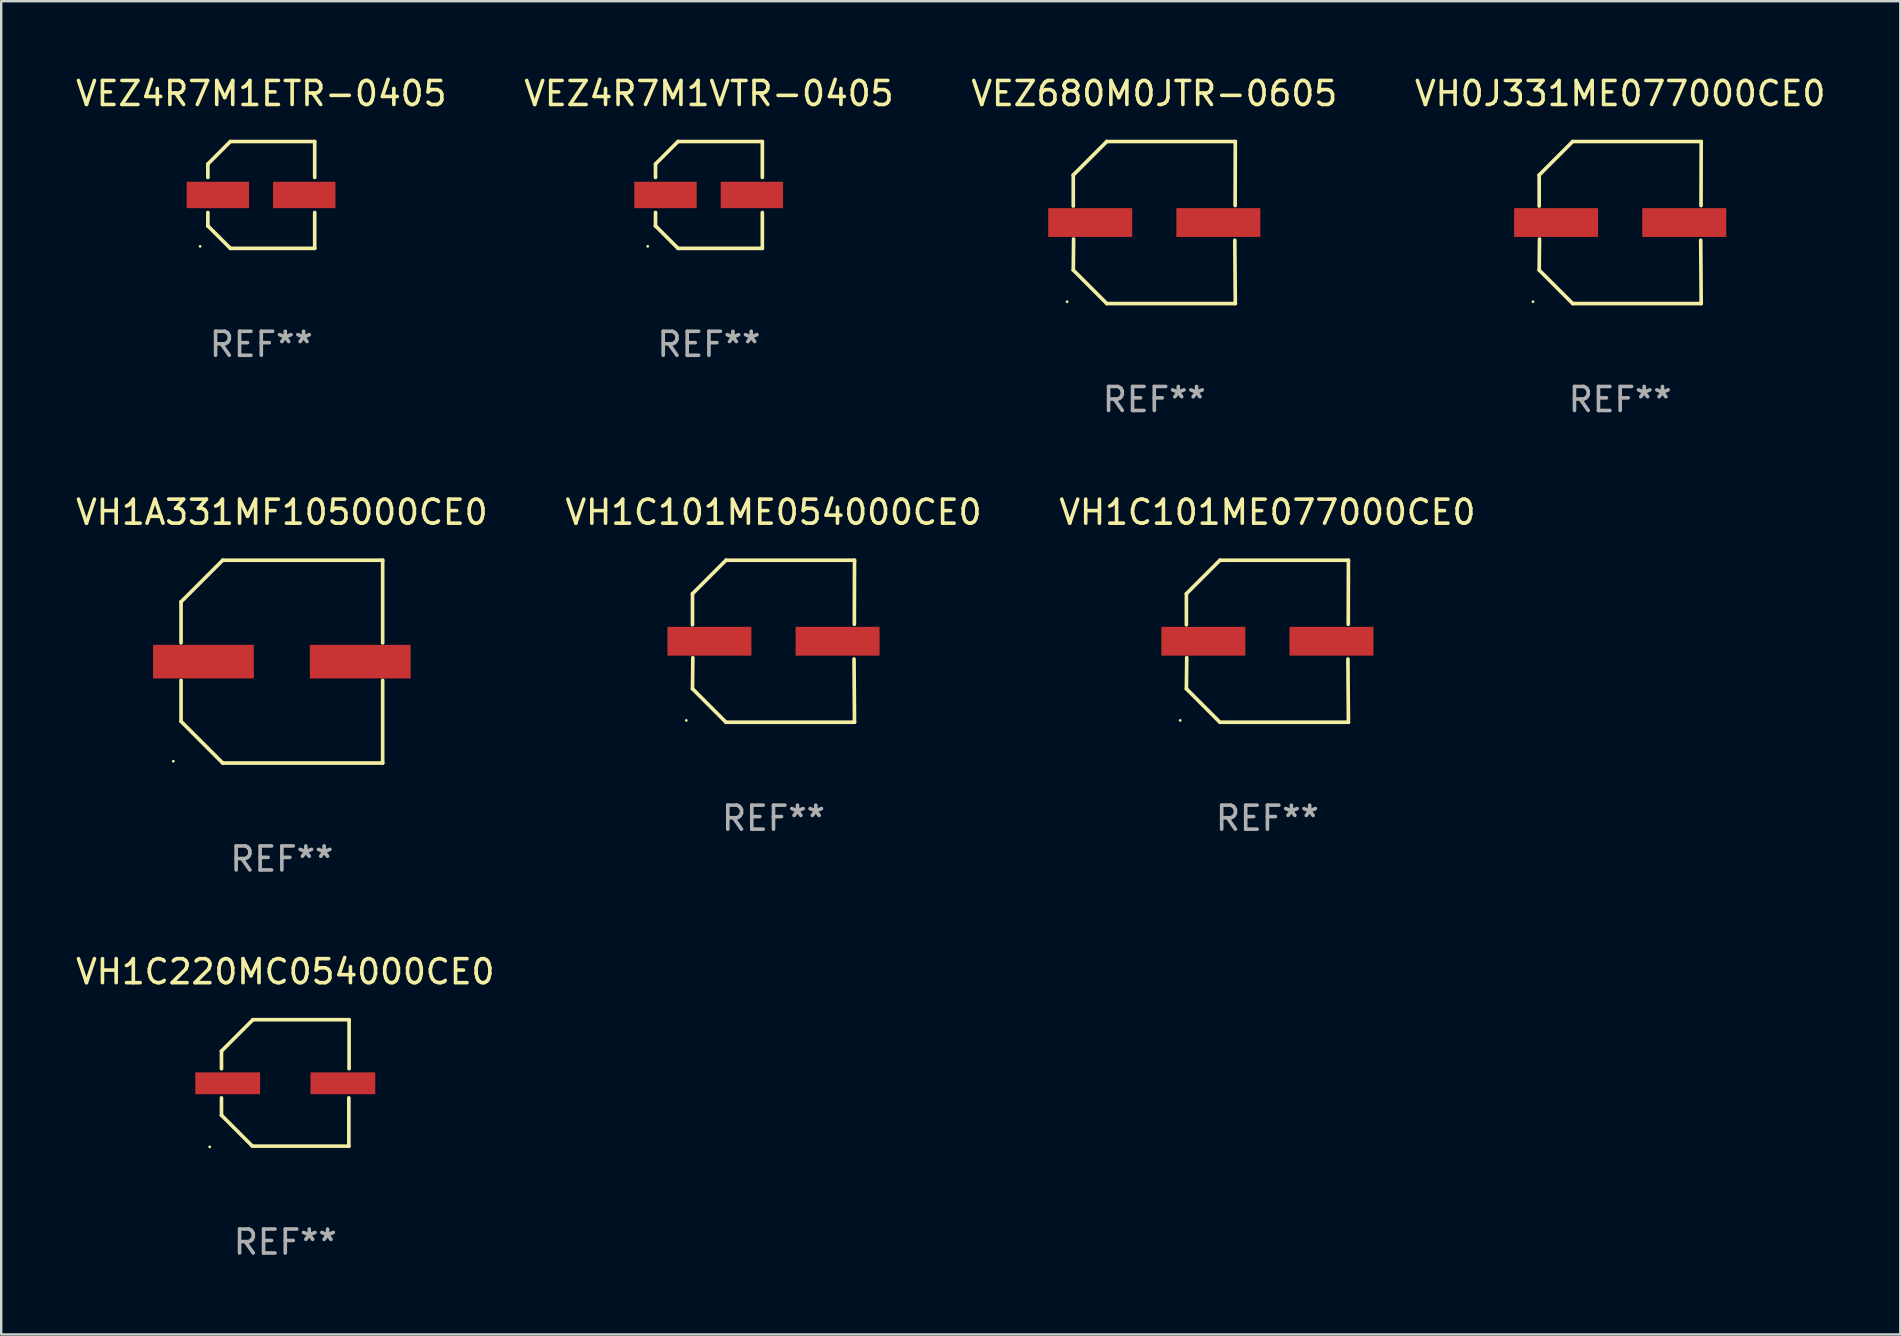
<source format=kicad_pcb>
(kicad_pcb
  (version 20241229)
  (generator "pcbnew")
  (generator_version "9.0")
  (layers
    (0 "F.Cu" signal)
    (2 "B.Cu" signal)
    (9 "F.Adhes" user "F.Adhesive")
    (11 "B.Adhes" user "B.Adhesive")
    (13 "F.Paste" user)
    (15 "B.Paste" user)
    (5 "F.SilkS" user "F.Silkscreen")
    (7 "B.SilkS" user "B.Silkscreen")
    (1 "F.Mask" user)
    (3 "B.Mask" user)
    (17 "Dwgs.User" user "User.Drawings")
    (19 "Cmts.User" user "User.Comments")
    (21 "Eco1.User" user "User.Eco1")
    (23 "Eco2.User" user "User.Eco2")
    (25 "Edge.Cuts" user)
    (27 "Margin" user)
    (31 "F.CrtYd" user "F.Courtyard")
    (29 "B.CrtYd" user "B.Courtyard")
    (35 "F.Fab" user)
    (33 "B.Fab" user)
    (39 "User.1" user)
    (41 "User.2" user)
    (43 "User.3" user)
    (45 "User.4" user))
  (footprint "VEZ4R7M1VTR-0405"
    (layer "F.Cu")
    (at 26.494 5.074)
    (property "Reference" "VEZ4R7M1VTR-0405" (at 0 -4.226 0) (layer "F.SilkS") (effects (font (size 1 1) (thickness 0.15))))
    (attr through_hole)
    (fp_line (start -2.226 -1.289) (end -2.226 -0.73) (stroke (width 0.152) (type solid)) (layer "F.SilkS"))
    (fp_line (start -2.226 0.731) (end -2.226 1.291) (stroke (width 0.152) (type solid)) (layer "F.SilkS"))
    (fp_line (start -2.226 1.291) (end -2.226 1.291) (stroke (width 0.152) (type solid)) (layer "F.SilkS"))
    (fp_line (start -1.29 -2.226) (end -2.226 -1.289) (stroke (width 0.152) (type solid)) (layer "F.SilkS"))
    (fp_line (start -1.289 2.226) (end -2.226 1.291) (stroke (width 0.152) (type solid)) (layer "F.SilkS"))
    (fp_line (start 2.226 -2.226) (end -1.29 -2.226) (stroke (width 0.152) (type solid)) (layer "F.SilkS"))
    (fp_line (start 2.226 -0.73) (end 2.226 -2.226) (stroke (width 0.152) (type solid)) (layer "F.SilkS"))
    (fp_line (start 2.226 2.226) (end -1.289 2.226) (stroke (width 0.152) (type solid)) (layer "F.SilkS"))
    (fp_line (start 2.226 2.226) (end 2.226 0.731) (stroke (width 0.152) (type solid)) (layer "F.SilkS"))
    (fp_circle (center -2.551 2.142) (end -2.521 2.142) (stroke (width 0.06) (type solid)) (fill no) (layer "F.SilkS"))
    (fp_text user "REF**" (at 0 6.226 0) (layer "F.Fab") (effects (font (size 1 1) (thickness 0.15))))
    (pad "1" smd rect (at -1.81 0.001) (size 2.6 1.1) (layers "F.Cu" "F.Mask" "F.Paste"))
    (pad "2" smd rect (at 1.79 0.001) (size 2.6 1.1) (layers "F.Cu" "F.Mask" "F.Paste")))
  (footprint "VEZ4R7M1ETR-0405"
    (layer "F.Cu")
    (at 7.839 5.074)
    (property "Reference" "VEZ4R7M1ETR-0405" (at 0 -4.226 0) (layer "F.SilkS") (effects (font (size 1 1) (thickness 0.15))))
    (attr through_hole)
    (fp_line (start -2.226 -1.289) (end -2.226 -0.73) (stroke (width 0.152) (type solid)) (layer "F.SilkS"))
    (fp_line (start -2.226 0.731) (end -2.226 1.291) (stroke (width 0.152) (type solid)) (layer "F.SilkS"))
    (fp_line (start -2.226 1.291) (end -2.226 1.291) (stroke (width 0.152) (type solid)) (layer "F.SilkS"))
    (fp_line (start -1.29 -2.226) (end -2.226 -1.289) (stroke (width 0.152) (type solid)) (layer "F.SilkS"))
    (fp_line (start -1.289 2.226) (end -2.226 1.291) (stroke (width 0.152) (type solid)) (layer "F.SilkS"))
    (fp_line (start 2.226 -2.226) (end -1.29 -2.226) (stroke (width 0.152) (type solid)) (layer "F.SilkS"))
    (fp_line (start 2.226 -0.73) (end 2.226 -2.226) (stroke (width 0.152) (type solid)) (layer "F.SilkS"))
    (fp_line (start 2.226 2.226) (end -1.289 2.226) (stroke (width 0.152) (type solid)) (layer "F.SilkS"))
    (fp_line (start 2.226 2.226) (end 2.226 0.731) (stroke (width 0.152) (type solid)) (layer "F.SilkS"))
    (fp_circle (center -2.551 2.142) (end -2.521 2.142) (stroke (width 0.06) (type solid)) (fill no) (layer "F.SilkS"))
    (fp_text user "REF**" (at 0 6.226 0) (layer "F.Fab") (effects (font (size 1 1) (thickness 0.15))))
    (pad "1" smd rect (at -1.81 0.001) (size 2.6 1.1) (layers "F.Cu" "F.Mask" "F.Paste"))
    (pad "2" smd rect (at 1.79 0.001) (size 2.6 1.1) (layers "F.Cu" "F.Mask" "F.Paste")))
  (footprint "VH1C101ME054000CE0"
    (layer "F.Cu")
    (at 29.185 23.673)
    (property "Reference" "VH1C101ME054000CE0" (at 0 -5.376 0) (layer "F.SilkS") (effects (font (size 1 1) (thickness 0.15))))
    (attr through_hole)
    (fp_line (start -3.376 -1.98) (end -3.376 -0.686) (stroke (width 0.152) (type solid)) (layer "F.SilkS"))
    (fp_line (start -3.376 1.981) (end -3.362 0.686) (stroke (width 0.152) (type solid)) (layer "F.SilkS"))
    (fp_line (start -1.981 3.376) (end -3.376 1.981) (stroke (width 0.152) (type solid)) (layer "F.SilkS"))
    (fp_line (start -1.98 -3.376) (end -3.376 -1.98) (stroke (width 0.152) (type solid)) (layer "F.SilkS"))
    (fp_line (start 3.356 0.74) (end 3.376 3.376) (stroke (width 0.152) (type solid)) (layer "F.SilkS"))
    (fp_line (start 3.369 -0.707) (end 3.376 -3.376) (stroke (width 0.152) (type solid)) (layer "F.SilkS"))
    (fp_line (start 3.376 3.376) (end -1.981 3.376) (stroke (width 0.152) (type solid)) (layer "F.SilkS"))
    (fp_line (start 3.376 -3.376) (end -1.98 -3.376) (stroke (width 0.152) (type solid)) (layer "F.SilkS"))
    (fp_circle (center -3.634 3.3) (end -3.604 3.3) (stroke (width 0.06) (type solid)) (fill no) (layer "F.SilkS"))
    (fp_text user "REF**" (at 0 7.376 0) (layer "F.Fab") (effects (font (size 1 1) (thickness 0.15))))
    (pad "1" smd rect (at -2.67 0.000254) (size 3.5 1.2) (layers "F.Cu" "F.Mask" "F.Paste"))
    (pad "2" smd rect (at 2.67 0.000254) (size 3.5 1.2) (layers "F.Cu" "F.Mask" "F.Paste")))
  (footprint "VH1C220MC054000CE0"
    (layer "F.Cu")
    (at 8.839 42.08)
    (property "Reference" "VH1C220MC054000CE0" (at 0 -4.634 0) (layer "F.SilkS") (effects (font (size 1 1) (thickness 0.15))))
    (attr through_hole)
    (fp_line (start -2.659 -1.326) (end -2.659 -0.592) (stroke (width 0.152) (type solid)) (layer "F.SilkS"))
    (fp_line (start -2.659 1.346) (end -2.659 0.622) (stroke (width 0.152) (type solid)) (layer "F.SilkS"))
    (fp_line (start -1.372 2.634) (end -2.659 1.346) (stroke (width 0.152) (type solid)) (layer "F.SilkS"))
    (fp_line (start -1.349 -2.634) (end -2.659 -1.326) (stroke (width 0.152) (type solid)) (layer "F.SilkS"))
    (fp_line (start 2.649 0.622) (end 2.649 2.634) (stroke (width 0.152) (type solid)) (layer "F.SilkS"))
    (fp_line (start 2.649 2.634) (end -1.372 2.634) (stroke (width 0.152) (type solid)) (layer "F.SilkS"))
    (fp_line (start 2.659 -2.634) (end -1.349 -2.634) (stroke (width 0.152) (type solid)) (layer "F.SilkS"))
    (fp_line (start 2.659 -0.592) (end 2.659 -2.634) (stroke (width 0.152) (type solid)) (layer "F.SilkS"))
    (fp_circle (center -3.15 2.665) (end -3.12 2.665) (stroke (width 0.06) (type solid)) (fill no) (layer "F.SilkS"))
    (fp_text user "REF**" (at 0 6.634 0) (layer "F.Fab") (effects (font (size 1 1) (thickness 0.15))))
    (pad "1" smd rect (at -2.4 0.015) (size 2.7 0.91) (layers "F.Cu" "F.Mask" "F.Paste"))
    (pad "2" smd rect (at 2.4 0.015) (size 2.7 0.91) (layers "F.Cu" "F.Mask" "F.Paste")))
  (footprint "VH1C101ME077000CE0"
    (layer "F.Cu")
    (at 49.768 23.673)
    (property "Reference" "VH1C101ME077000CE0" (at 0 -5.376 0) (layer "F.SilkS") (effects (font (size 1 1) (thickness 0.15))))
    (attr through_hole)
    (fp_line (start -3.376 -1.98) (end -3.376 -0.686) (stroke (width 0.152) (type solid)) (layer "F.SilkS"))
    (fp_line (start -3.376 1.981) (end -3.362 0.686) (stroke (width 0.152) (type solid)) (layer "F.SilkS"))
    (fp_line (start -1.981 3.376) (end -3.376 1.981) (stroke (width 0.152) (type solid)) (layer "F.SilkS"))
    (fp_line (start -1.98 -3.376) (end -3.376 -1.98) (stroke (width 0.152) (type solid)) (layer "F.SilkS"))
    (fp_line (start 3.356 0.74) (end 3.376 3.376) (stroke (width 0.152) (type solid)) (layer "F.SilkS"))
    (fp_line (start 3.369 -0.707) (end 3.376 -3.376) (stroke (width 0.152) (type solid)) (layer "F.SilkS"))
    (fp_line (start 3.376 3.376) (end -1.981 3.376) (stroke (width 0.152) (type solid)) (layer "F.SilkS"))
    (fp_line (start 3.376 -3.376) (end -1.98 -3.376) (stroke (width 0.152) (type solid)) (layer "F.SilkS"))
    (fp_circle (center -3.634 3.3) (end -3.604 3.3) (stroke (width 0.06) (type solid)) (fill no) (layer "F.SilkS"))
    (fp_text user "REF**" (at 0 7.376 0) (layer "F.Fab") (effects (font (size 1 1) (thickness 0.15))))
    (pad "1" smd rect (at -2.67 0.000254) (size 3.5 1.2) (layers "F.Cu" "F.Mask" "F.Paste"))
    (pad "2" smd rect (at 2.67 0.000254) (size 3.5 1.2) (layers "F.Cu" "F.Mask" "F.Paste")))
  (footprint "VEZ680M0JTR-0605"
    (layer "F.Cu")
    (at 45.054 6.224)
    (property "Reference" "VEZ680M0JTR-0605" (at 0 -5.376 0) (layer "F.SilkS") (effects (font (size 1 1) (thickness 0.15))))
    (attr through_hole)
    (fp_line (start -3.376 -1.98) (end -3.376 -0.686) (stroke (width 0.152) (type solid)) (layer "F.SilkS"))
    (fp_line (start -3.376 1.981) (end -3.362 0.686) (stroke (width 0.152) (type solid)) (layer "F.SilkS"))
    (fp_line (start -1.981 3.376) (end -3.376 1.981) (stroke (width 0.152) (type solid)) (layer "F.SilkS"))
    (fp_line (start -1.98 -3.376) (end -3.376 -1.98) (stroke (width 0.152) (type solid)) (layer "F.SilkS"))
    (fp_line (start 3.356 0.74) (end 3.376 3.376) (stroke (width 0.152) (type solid)) (layer "F.SilkS"))
    (fp_line (start 3.369 -0.707) (end 3.376 -3.376) (stroke (width 0.152) (type solid)) (layer "F.SilkS"))
    (fp_line (start 3.376 3.376) (end -1.981 3.376) (stroke (width 0.152) (type solid)) (layer "F.SilkS"))
    (fp_line (start 3.376 -3.376) (end -1.98 -3.376) (stroke (width 0.152) (type solid)) (layer "F.SilkS"))
    (fp_circle (center -3.634 3.3) (end -3.604 3.3) (stroke (width 0.06) (type solid)) (fill no) (layer "F.SilkS"))
    (fp_text user "REF**" (at 0 7.376 0) (layer "F.Fab") (effects (font (size 1 1) (thickness 0.15))))
    (pad "1" smd rect (at -2.67 0.000254) (size 3.5 1.2) (layers "F.Cu" "F.Mask" "F.Paste"))
    (pad "2" smd rect (at 2.67 0.000254) (size 3.5 1.2) (layers "F.Cu" "F.Mask" "F.Paste")))
  (footprint "VH0J331ME077000CE0"
    (layer "F.Cu")
    (at 64.47 6.224)
    (property "Reference" "VH0J331ME077000CE0" (at 0 -5.376 0) (layer "F.SilkS") (effects (font (size 1 1) (thickness 0.15))))
    (attr through_hole)
    (fp_line (start -3.376 -1.98) (end -3.376 -0.686) (stroke (width 0.152) (type solid)) (layer "F.SilkS"))
    (fp_line (start -3.376 1.981) (end -3.362 0.686) (stroke (width 0.152) (type solid)) (layer "F.SilkS"))
    (fp_line (start -1.981 3.376) (end -3.376 1.981) (stroke (width 0.152) (type solid)) (layer "F.SilkS"))
    (fp_line (start -1.98 -3.376) (end -3.376 -1.98) (stroke (width 0.152) (type solid)) (layer "F.SilkS"))
    (fp_line (start 3.356 0.74) (end 3.376 3.376) (stroke (width 0.152) (type solid)) (layer "F.SilkS"))
    (fp_line (start 3.369 -0.707) (end 3.376 -3.376) (stroke (width 0.152) (type solid)) (layer "F.SilkS"))
    (fp_line (start 3.376 3.376) (end -1.981 3.376) (stroke (width 0.152) (type solid)) (layer "F.SilkS"))
    (fp_line (start 3.376 -3.376) (end -1.98 -3.376) (stroke (width 0.152) (type solid)) (layer "F.SilkS"))
    (fp_circle (center -3.634 3.3) (end -3.604 3.3) (stroke (width 0.06) (type solid)) (fill no) (layer "F.SilkS"))
    (fp_text user "REF**" (at 0 7.376 0) (layer "F.Fab") (effects (font (size 1 1) (thickness 0.15))))
    (pad "1" smd rect (at -2.67 0.000254) (size 3.5 1.2) (layers "F.Cu" "F.Mask" "F.Paste"))
    (pad "2" smd rect (at 2.67 0.000254) (size 3.5 1.2) (layers "F.Cu" "F.Mask" "F.Paste")))
  (footprint "VH1A331MF105000CE0"
    (layer "F.Cu")
    (at 8.696 24.523)
    (property "Reference" "VH1A331MF105000CE0" (at 0 -6.226 0) (layer "F.SilkS") (effects (font (size 1 1) (thickness 0.15))))
    (attr through_hole)
    (fp_line (start -4.201 -2.49) (end -4.201 -0.782) (stroke (width 0.152) (type solid)) (layer "F.SilkS"))
    (fp_line (start -4.201 2.49) (end -4.201 0.782) (stroke (width 0.152) (type solid)) (layer "F.SilkS"))
    (fp_line (start -2.465 -4.226) (end -4.201 -2.49) (stroke (width 0.152) (type solid)) (layer "F.SilkS"))
    (fp_line (start -2.465 4.226) (end -4.201 2.49) (stroke (width 0.152) (type solid)) (layer "F.SilkS"))
    (fp_line (start 4.201 -4.226) (end -2.465 -4.226) (stroke (width 0.152) (type solid)) (layer "F.SilkS"))
    (fp_line (start 4.201 -0.782) (end 4.201 -4.226) (stroke (width 0.152) (type solid)) (layer "F.SilkS"))
    (fp_line (start 4.201 0.782) (end 4.201 4.226) (stroke (width 0.152) (type solid)) (layer "F.SilkS"))
    (fp_line (start 4.201 4.226) (end -2.465 4.226) (stroke (width 0.152) (type solid)) (layer "F.SilkS"))
    (fp_circle (center -4.524 4.15) (end -4.494 4.15) (stroke (width 0.06) (type solid)) (fill no) (layer "F.SilkS"))
    (fp_text user "REF**" (at 0 8.226 0) (layer "F.Fab") (effects (font (size 1 1) (thickness 0.15))))
    (pad "1" smd rect (at -3.267 0) (size 4.2 1.4) (layers "F.Cu" "F.Mask" "F.Paste"))
    (pad "2" smd rect (at 3.267 0) (size 4.2 1.4) (layers "F.Cu" "F.Mask" "F.Paste")))
  (gr_rect
    (start -3 -3)
    (end 76.143 52.562)
    (stroke (width 0.1) (type default))
    (fill no)
    (layer "Edge.Cuts")))
</source>
